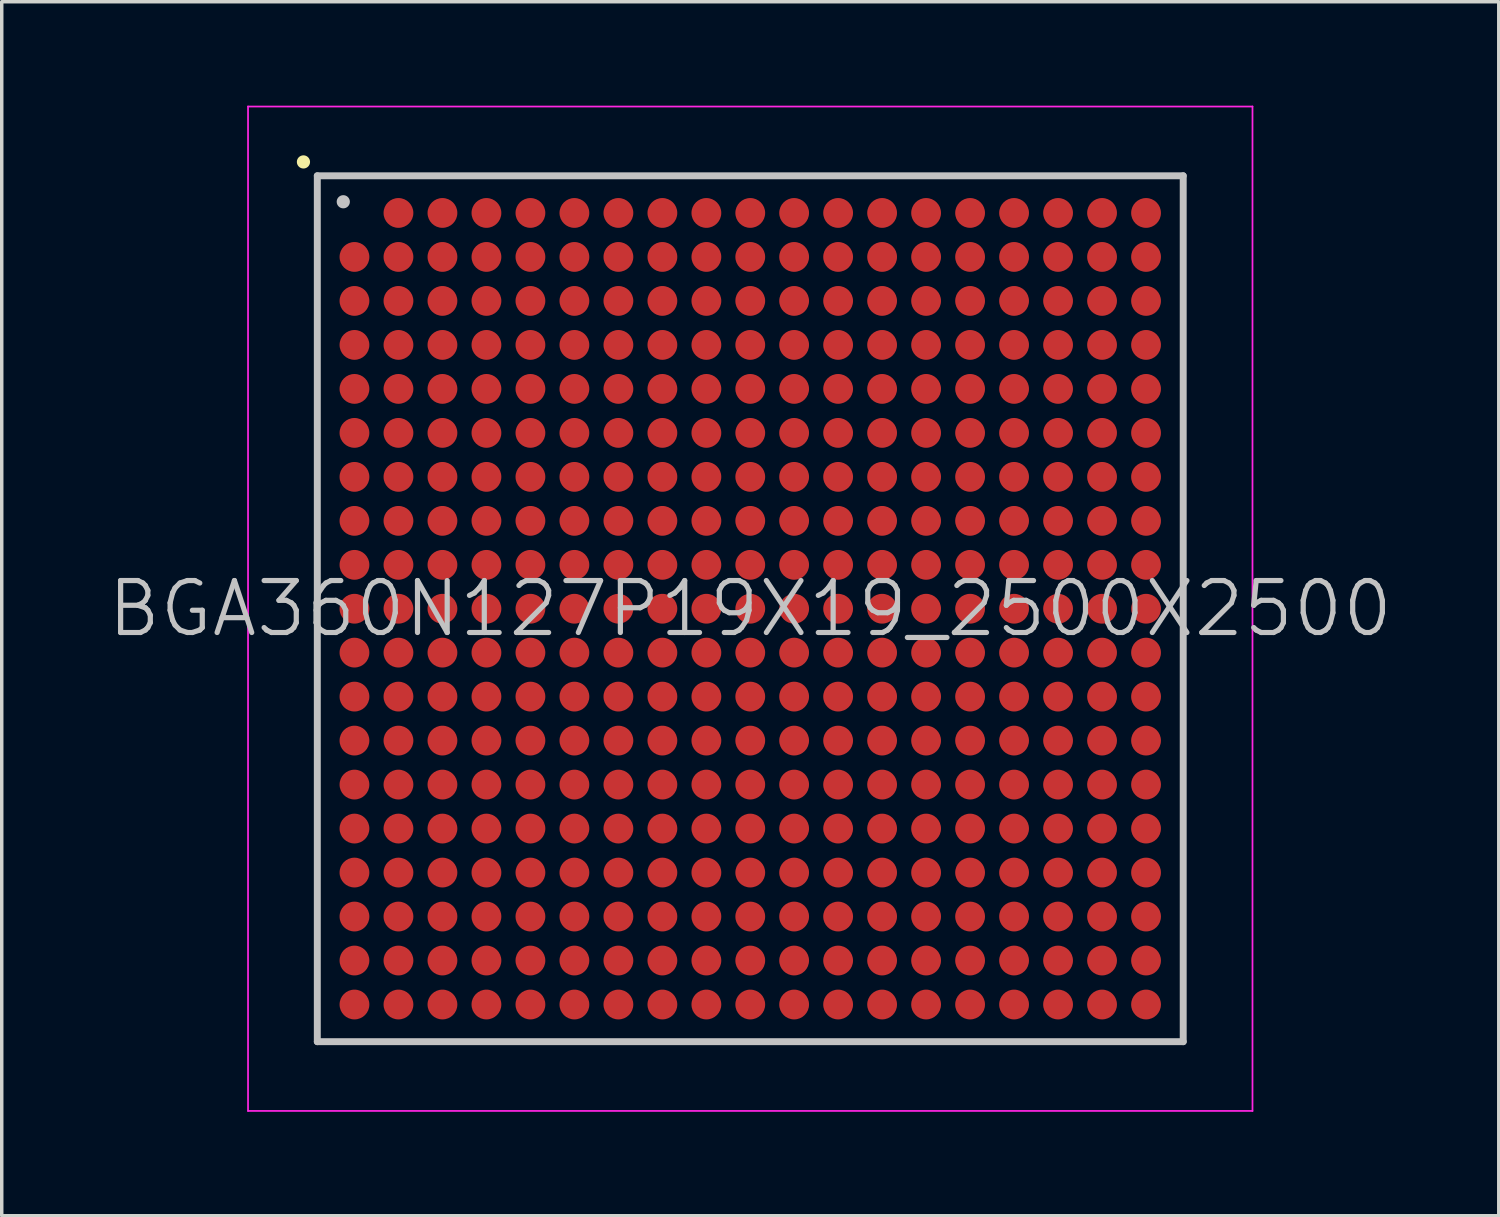
<source format=kicad_pcb>
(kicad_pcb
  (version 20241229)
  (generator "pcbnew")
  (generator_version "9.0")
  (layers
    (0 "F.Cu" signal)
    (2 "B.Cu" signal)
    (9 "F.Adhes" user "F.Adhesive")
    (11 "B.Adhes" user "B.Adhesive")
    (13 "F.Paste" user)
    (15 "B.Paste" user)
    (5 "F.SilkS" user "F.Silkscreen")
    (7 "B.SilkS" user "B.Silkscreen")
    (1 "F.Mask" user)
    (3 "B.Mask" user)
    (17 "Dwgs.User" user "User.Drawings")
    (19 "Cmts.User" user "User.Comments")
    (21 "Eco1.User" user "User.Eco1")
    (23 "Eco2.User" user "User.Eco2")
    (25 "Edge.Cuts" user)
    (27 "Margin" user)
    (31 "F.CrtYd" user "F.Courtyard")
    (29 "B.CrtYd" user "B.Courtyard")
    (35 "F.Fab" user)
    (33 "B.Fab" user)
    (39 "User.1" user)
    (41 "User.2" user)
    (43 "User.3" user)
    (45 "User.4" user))
  (footprint "BGA360N127P19X19_2500X2500"
    (layer "F.Cu")
    (at 18.611 14.525)
    (property "Reference" "BGA360N127P19X19_2500X2500" (at 0 0 0) (layer "Dwgs.User") (effects (font (size 1.5 1.5) (thickness 0.15))))
    (attr smd)
    (fp_line (start -12.9 -12.9) (end -12.9 -12.9) (stroke (width 0.381) (type solid)) (layer "F.SilkS"))
    (fp_line (start -12.5 -12.5) (end -12.5 12.5) (stroke (width 0.2) (type solid)) (layer "Dwgs.User"))
    (fp_line (start -12.5 -12.5) (end 12.5 -12.5) (stroke (width 0.2) (type solid)) (layer "Dwgs.User"))
    (fp_line (start -12.5 12.5) (end 12.5 12.5) (stroke (width 0.2) (type solid)) (layer "Dwgs.User"))
    (fp_line (start -11.75 -11.75) (end -11.75 -11.75) (stroke (width 0.381) (type solid)) (layer "Dwgs.User"))
    (fp_line (start 12.5 -12.5) (end 12.5 12.5) (stroke (width 0.2) (type solid)) (layer "Dwgs.User"))
    (fp_line (start -14.5 -14.5) (end -14.5 14.5) (stroke (width 0.05) (type solid)) (layer "F.CrtYd"))
    (fp_line (start -14.5 -14.5) (end 14.5 -14.5) (stroke (width 0.05) (type solid)) (layer "F.CrtYd"))
    (fp_line (start -14.5 14.5) (end 14.5 14.5) (stroke (width 0.05) (type solid)) (layer "F.CrtYd"))
    (fp_line (start 14.5 -14.5) (end 14.5 14.5) (stroke (width 0.05) (type solid)) (layer "F.CrtYd"))
    (pad "A2" smd circle (at -10.157 -11.427 270) (size 0.86 0.86) (layers "F.Cu" "F.Mask" "F.Paste"))
    (pad "A3" smd circle (at -8.887 -11.427 270) (size 0.86 0.86) (layers "F.Cu" "F.Mask" "F.Paste"))
    (pad "A4" smd circle (at -7.617 -11.427 270) (size 0.86 0.86) (layers "F.Cu" "F.Mask" "F.Paste"))
    (pad "A5" smd circle (at -6.347 -11.427 270) (size 0.86 0.86) (layers "F.Cu" "F.Mask" "F.Paste"))
    (pad "A6" smd circle (at -5.077 -11.427 270) (size 0.86 0.86) (layers "F.Cu" "F.Mask" "F.Paste"))
    (pad "A7" smd circle (at -3.807 -11.427 270) (size 0.86 0.86) (layers "F.Cu" "F.Mask" "F.Paste"))
    (pad "A8" smd circle (at -2.537 -11.427 270) (size 0.86 0.86) (layers "F.Cu" "F.Mask" "F.Paste"))
    (pad "A9" smd circle (at -1.267 -11.427 270) (size 0.86 0.86) (layers "F.Cu" "F.Mask" "F.Paste"))
    (pad "A10" smd circle (at 0 -11.427 270) (size 0.86 0.86) (layers "F.Cu" "F.Mask" "F.Paste"))
    (pad "A11" smd circle (at 1.267 -11.427 270) (size 0.86 0.86) (layers "F.Cu" "F.Mask" "F.Paste"))
    (pad "A12" smd circle (at 2.537 -11.427 270) (size 0.86 0.86) (layers "F.Cu" "F.Mask" "F.Paste"))
    (pad "A13" smd circle (at 3.807 -11.427 270) (size 0.86 0.86) (layers "F.Cu" "F.Mask" "F.Paste"))
    (pad "A14" smd circle (at 5.077 -11.427 270) (size 0.86 0.86) (layers "F.Cu" "F.Mask" "F.Paste"))
    (pad "A15" smd circle (at 6.347 -11.427 270) (size 0.86 0.86) (layers "F.Cu" "F.Mask" "F.Paste"))
    (pad "A16" smd circle (at 7.617 -11.427 270) (size 0.86 0.86) (layers "F.Cu" "F.Mask" "F.Paste"))
    (pad "A17" smd circle (at 8.887 -11.427 270) (size 0.86 0.86) (layers "F.Cu" "F.Mask" "F.Paste"))
    (pad "A18" smd circle (at 10.157 -11.427 270) (size 0.86 0.86) (layers "F.Cu" "F.Mask" "F.Paste"))
    (pad "A19" smd circle (at 11.427 -11.427 270) (size 0.86 0.86) (layers "F.Cu" "F.Mask" "F.Paste"))
    (pad "B1" smd circle (at -11.427 -10.157 270) (size 0.86 0.86) (layers "F.Cu" "F.Mask" "F.Paste"))
    (pad "B2" smd circle (at -10.157 -10.157 270) (size 0.86 0.86) (layers "F.Cu" "F.Mask" "F.Paste"))
    (pad "B3" smd circle (at -8.887 -10.157 270) (size 0.86 0.86) (layers "F.Cu" "F.Mask" "F.Paste"))
    (pad "B4" smd circle (at -7.617 -10.157 270) (size 0.86 0.86) (layers "F.Cu" "F.Mask" "F.Paste"))
    (pad "B5" smd circle (at -6.347 -10.157 270) (size 0.86 0.86) (layers "F.Cu" "F.Mask" "F.Paste"))
    (pad "B6" smd circle (at -5.077 -10.157 270) (size 0.86 0.86) (layers "F.Cu" "F.Mask" "F.Paste"))
    (pad "B7" smd circle (at -3.807 -10.157 270) (size 0.86 0.86) (layers "F.Cu" "F.Mask" "F.Paste"))
    (pad "B8" smd circle (at -2.537 -10.157 270) (size 0.86 0.86) (layers "F.Cu" "F.Mask" "F.Paste"))
    (pad "B9" smd circle (at -1.267 -10.157 270) (size 0.86 0.86) (layers "F.Cu" "F.Mask" "F.Paste"))
    (pad "B10" smd circle (at 0 -10.157 270) (size 0.86 0.86) (layers "F.Cu" "F.Mask" "F.Paste"))
    (pad "B11" smd circle (at 1.267 -10.157 270) (size 0.86 0.86) (layers "F.Cu" "F.Mask" "F.Paste"))
    (pad "B12" smd circle (at 2.537 -10.157 270) (size 0.86 0.86) (layers "F.Cu" "F.Mask" "F.Paste"))
    (pad "B13" smd circle (at 3.807 -10.157 270) (size 0.86 0.86) (layers "F.Cu" "F.Mask" "F.Paste"))
    (pad "B14" smd circle (at 5.077 -10.157 270) (size 0.86 0.86) (layers "F.Cu" "F.Mask" "F.Paste"))
    (pad "B15" smd circle (at 6.347 -10.157 270) (size 0.86 0.86) (layers "F.Cu" "F.Mask" "F.Paste"))
    (pad "B16" smd circle (at 7.617 -10.157 270) (size 0.86 0.86) (layers "F.Cu" "F.Mask" "F.Paste"))
    (pad "B17" smd circle (at 8.887 -10.157 270) (size 0.86 0.86) (layers "F.Cu" "F.Mask" "F.Paste"))
    (pad "B18" smd circle (at 10.157 -10.157 270) (size 0.86 0.86) (layers "F.Cu" "F.Mask" "F.Paste"))
    (pad "B19" smd circle (at 11.427 -10.157 270) (size 0.86 0.86) (layers "F.Cu" "F.Mask" "F.Paste"))
    (pad "C1" smd circle (at -11.427 -8.887 270) (size 0.86 0.86) (layers "F.Cu" "F.Mask" "F.Paste"))
    (pad "C2" smd circle (at -10.157 -8.887 270) (size 0.86 0.86) (layers "F.Cu" "F.Mask" "F.Paste"))
    (pad "C3" smd circle (at -8.887 -8.887 270) (size 0.86 0.86) (layers "F.Cu" "F.Mask" "F.Paste"))
    (pad "C4" smd circle (at -7.617 -8.887 270) (size 0.86 0.86) (layers "F.Cu" "F.Mask" "F.Paste"))
    (pad "C5" smd circle (at -6.347 -8.887 270) (size 0.86 0.86) (layers "F.Cu" "F.Mask" "F.Paste"))
    (pad "C6" smd circle (at -5.077 -8.887 270) (size 0.86 0.86) (layers "F.Cu" "F.Mask" "F.Paste"))
    (pad "C7" smd circle (at -3.807 -8.887 270) (size 0.86 0.86) (layers "F.Cu" "F.Mask" "F.Paste"))
    (pad "C8" smd circle (at -2.537 -8.887 270) (size 0.86 0.86) (layers "F.Cu" "F.Mask" "F.Paste"))
    (pad "C9" smd circle (at -1.267 -8.887 270) (size 0.86 0.86) (layers "F.Cu" "F.Mask" "F.Paste"))
    (pad "C10" smd circle (at 0 -8.887 270) (size 0.86 0.86) (layers "F.Cu" "F.Mask" "F.Paste"))
    (pad "C11" smd circle (at 1.267 -8.887 270) (size 0.86 0.86) (layers "F.Cu" "F.Mask" "F.Paste"))
    (pad "C12" smd circle (at 2.537 -8.887 270) (size 0.86 0.86) (layers "F.Cu" "F.Mask" "F.Paste"))
    (pad "C13" smd circle (at 3.807 -8.887 270) (size 0.86 0.86) (layers "F.Cu" "F.Mask" "F.Paste"))
    (pad "C14" smd circle (at 5.077 -8.887 270) (size 0.86 0.86) (layers "F.Cu" "F.Mask" "F.Paste"))
    (pad "C15" smd circle (at 6.347 -8.887 270) (size 0.86 0.86) (layers "F.Cu" "F.Mask" "F.Paste"))
    (pad "C16" smd circle (at 7.617 -8.887 270) (size 0.86 0.86) (layers "F.Cu" "F.Mask" "F.Paste"))
    (pad "C17" smd circle (at 8.887 -8.887 270) (size 0.86 0.86) (layers "F.Cu" "F.Mask" "F.Paste"))
    (pad "C18" smd circle (at 10.157 -8.887 270) (size 0.86 0.86) (layers "F.Cu" "F.Mask" "F.Paste"))
    (pad "C19" smd circle (at 11.427 -8.887 270) (size 0.86 0.86) (layers "F.Cu" "F.Mask" "F.Paste"))
    (pad "D1" smd circle (at -11.427 -7.617 270) (size 0.86 0.86) (layers "F.Cu" "F.Mask" "F.Paste"))
    (pad "D2" smd circle (at -10.157 -7.617 270) (size 0.86 0.86) (layers "F.Cu" "F.Mask" "F.Paste"))
    (pad "D3" smd circle (at -8.887 -7.617 270) (size 0.86 0.86) (layers "F.Cu" "F.Mask" "F.Paste"))
    (pad "D4" smd circle (at -7.617 -7.617 270) (size 0.86 0.86) (layers "F.Cu" "F.Mask" "F.Paste"))
    (pad "D5" smd circle (at -6.347 -7.617 270) (size 0.86 0.86) (layers "F.Cu" "F.Mask" "F.Paste"))
    (pad "D6" smd circle (at -5.077 -7.617 270) (size 0.86 0.86) (layers "F.Cu" "F.Mask" "F.Paste"))
    (pad "D7" smd circle (at -3.807 -7.617 270) (size 0.86 0.86) (layers "F.Cu" "F.Mask" "F.Paste"))
    (pad "D8" smd circle (at -2.537 -7.617 270) (size 0.86 0.86) (layers "F.Cu" "F.Mask" "F.Paste"))
    (pad "D9" smd circle (at -1.267 -7.617 270) (size 0.86 0.86) (layers "F.Cu" "F.Mask" "F.Paste"))
    (pad "D10" smd circle (at 0 -7.617 270) (size 0.86 0.86) (layers "F.Cu" "F.Mask" "F.Paste"))
    (pad "D11" smd circle (at 1.267 -7.617 270) (size 0.86 0.86) (layers "F.Cu" "F.Mask" "F.Paste"))
    (pad "D12" smd circle (at 2.537 -7.617 270) (size 0.86 0.86) (layers "F.Cu" "F.Mask" "F.Paste"))
    (pad "D13" smd circle (at 3.807 -7.617 270) (size 0.86 0.86) (layers "F.Cu" "F.Mask" "F.Paste"))
    (pad "D14" smd circle (at 5.077 -7.617 270) (size 0.86 0.86) (layers "F.Cu" "F.Mask" "F.Paste"))
    (pad "D15" smd circle (at 6.347 -7.617 270) (size 0.86 0.86) (layers "F.Cu" "F.Mask" "F.Paste"))
    (pad "D16" smd circle (at 7.617 -7.617 270) (size 0.86 0.86) (layers "F.Cu" "F.Mask" "F.Paste"))
    (pad "D17" smd circle (at 8.887 -7.617 270) (size 0.86 0.86) (layers "F.Cu" "F.Mask" "F.Paste"))
    (pad "D18" smd circle (at 10.157 -7.617 270) (size 0.86 0.86) (layers "F.Cu" "F.Mask" "F.Paste"))
    (pad "D19" smd circle (at 11.427 -7.617 270) (size 0.86 0.86) (layers "F.Cu" "F.Mask" "F.Paste"))
    (pad "E1" smd circle (at -11.427 -6.347 270) (size 0.86 0.86) (layers "F.Cu" "F.Mask" "F.Paste"))
    (pad "E2" smd circle (at -10.157 -6.347 270) (size 0.86 0.86) (layers "F.Cu" "F.Mask" "F.Paste"))
    (pad "E3" smd circle (at -8.887 -6.347 270) (size 0.86 0.86) (layers "F.Cu" "F.Mask" "F.Paste"))
    (pad "E4" smd circle (at -7.617 -6.347 270) (size 0.86 0.86) (layers "F.Cu" "F.Mask" "F.Paste"))
    (pad "E5" smd circle (at -6.347 -6.347 270) (size 0.86 0.86) (layers "F.Cu" "F.Mask" "F.Paste"))
    (pad "E6" smd circle (at -5.077 -6.347 270) (size 0.86 0.86) (layers "F.Cu" "F.Mask" "F.Paste"))
    (pad "E7" smd circle (at -3.807 -6.347 270) (size 0.86 0.86) (layers "F.Cu" "F.Mask" "F.Paste"))
    (pad "E8" smd circle (at -2.537 -6.347 270) (size 0.86 0.86) (layers "F.Cu" "F.Mask" "F.Paste"))
    (pad "E9" smd circle (at -1.267 -6.347 270) (size 0.86 0.86) (layers "F.Cu" "F.Mask" "F.Paste"))
    (pad "E10" smd circle (at 0 -6.347 270) (size 0.86 0.86) (layers "F.Cu" "F.Mask" "F.Paste"))
    (pad "E11" smd circle (at 1.267 -6.347 270) (size 0.86 0.86) (layers "F.Cu" "F.Mask" "F.Paste"))
    (pad "E12" smd circle (at 2.537 -6.347 270) (size 0.86 0.86) (layers "F.Cu" "F.Mask" "F.Paste"))
    (pad "E13" smd circle (at 3.807 -6.347 270) (size 0.86 0.86) (layers "F.Cu" "F.Mask" "F.Paste"))
    (pad "E14" smd circle (at 5.077 -6.347 270) (size 0.86 0.86) (layers "F.Cu" "F.Mask" "F.Paste"))
    (pad "E15" smd circle (at 6.347 -6.347 270) (size 0.86 0.86) (layers "F.Cu" "F.Mask" "F.Paste"))
    (pad "E16" smd circle (at 7.617 -6.347 270) (size 0.86 0.86) (layers "F.Cu" "F.Mask" "F.Paste"))
    (pad "E17" smd circle (at 8.887 -6.347 270) (size 0.86 0.86) (layers "F.Cu" "F.Mask" "F.Paste"))
    (pad "E18" smd circle (at 10.157 -6.347 270) (size 0.86 0.86) (layers "F.Cu" "F.Mask" "F.Paste"))
    (pad "E19" smd circle (at 11.427 -6.347 270) (size 0.86 0.86) (layers "F.Cu" "F.Mask" "F.Paste"))
    (pad "F1" smd circle (at -11.427 -5.077 270) (size 0.86 0.86) (layers "F.Cu" "F.Mask" "F.Paste"))
    (pad "F2" smd circle (at -10.157 -5.077 270) (size 0.86 0.86) (layers "F.Cu" "F.Mask" "F.Paste"))
    (pad "F3" smd circle (at -8.887 -5.077 270) (size 0.86 0.86) (layers "F.Cu" "F.Mask" "F.Paste"))
    (pad "F4" smd circle (at -7.617 -5.077 270) (size 0.86 0.86) (layers "F.Cu" "F.Mask" "F.Paste"))
    (pad "F5" smd circle (at -6.347 -5.077 270) (size 0.86 0.86) (layers "F.Cu" "F.Mask" "F.Paste"))
    (pad "F6" smd circle (at -5.077 -5.077 270) (size 0.86 0.86) (layers "F.Cu" "F.Mask" "F.Paste"))
    (pad "F7" smd circle (at -3.807 -5.077 270) (size 0.86 0.86) (layers "F.Cu" "F.Mask" "F.Paste"))
    (pad "F8" smd circle (at -2.537 -5.077 270) (size 0.86 0.86) (layers "F.Cu" "F.Mask" "F.Paste"))
    (pad "F9" smd circle (at -1.267 -5.077 270) (size 0.86 0.86) (layers "F.Cu" "F.Mask" "F.Paste"))
    (pad "F10" smd circle (at 0 -5.077 270) (size 0.86 0.86) (layers "F.Cu" "F.Mask" "F.Paste"))
    (pad "F11" smd circle (at 1.267 -5.077 270) (size 0.86 0.86) (layers "F.Cu" "F.Mask" "F.Paste"))
    (pad "F12" smd circle (at 2.537 -5.077 270) (size 0.86 0.86) (layers "F.Cu" "F.Mask" "F.Paste"))
    (pad "F13" smd circle (at 3.807 -5.077 270) (size 0.86 0.86) (layers "F.Cu" "F.Mask" "F.Paste"))
    (pad "F14" smd circle (at 5.077 -5.077 270) (size 0.86 0.86) (layers "F.Cu" "F.Mask" "F.Paste"))
    (pad "F15" smd circle (at 6.347 -5.077 270) (size 0.86 0.86) (layers "F.Cu" "F.Mask" "F.Paste"))
    (pad "F16" smd circle (at 7.617 -5.077 270) (size 0.86 0.86) (layers "F.Cu" "F.Mask" "F.Paste"))
    (pad "F17" smd circle (at 8.887 -5.077 270) (size 0.86 0.86) (layers "F.Cu" "F.Mask" "F.Paste"))
    (pad "F18" smd circle (at 10.157 -5.077 270) (size 0.86 0.86) (layers "F.Cu" "F.Mask" "F.Paste"))
    (pad "F19" smd circle (at 11.427 -5.077 270) (size 0.86 0.86) (layers "F.Cu" "F.Mask" "F.Paste"))
    (pad "G1" smd circle (at -11.427 -3.807 270) (size 0.86 0.86) (layers "F.Cu" "F.Mask" "F.Paste"))
    (pad "G2" smd circle (at -10.157 -3.807 270) (size 0.86 0.86) (layers "F.Cu" "F.Mask" "F.Paste"))
    (pad "G3" smd circle (at -8.887 -3.807 270) (size 0.86 0.86) (layers "F.Cu" "F.Mask" "F.Paste"))
    (pad "G4" smd circle (at -7.617 -3.807 270) (size 0.86 0.86) (layers "F.Cu" "F.Mask" "F.Paste"))
    (pad "G5" smd circle (at -6.347 -3.807 270) (size 0.86 0.86) (layers "F.Cu" "F.Mask" "F.Paste"))
    (pad "G6" smd circle (at -5.077 -3.807 270) (size 0.86 0.86) (layers "F.Cu" "F.Mask" "F.Paste"))
    (pad "G7" smd circle (at -3.807 -3.807 270) (size 0.86 0.86) (layers "F.Cu" "F.Mask" "F.Paste"))
    (pad "G8" smd circle (at -2.537 -3.807 270) (size 0.86 0.86) (layers "F.Cu" "F.Mask" "F.Paste"))
    (pad "G9" smd circle (at -1.267 -3.807 270) (size 0.86 0.86) (layers "F.Cu" "F.Mask" "F.Paste"))
    (pad "G10" smd circle (at 0 -3.807 270) (size 0.86 0.86) (layers "F.Cu" "F.Mask" "F.Paste"))
    (pad "G11" smd circle (at 1.267 -3.807 270) (size 0.86 0.86) (layers "F.Cu" "F.Mask" "F.Paste"))
    (pad "G12" smd circle (at 2.537 -3.807 270) (size 0.86 0.86) (layers "F.Cu" "F.Mask" "F.Paste"))
    (pad "G13" smd circle (at 3.807 -3.807 270) (size 0.86 0.86) (layers "F.Cu" "F.Mask" "F.Paste"))
    (pad "G14" smd circle (at 5.077 -3.807 270) (size 0.86 0.86) (layers "F.Cu" "F.Mask" "F.Paste"))
    (pad "G15" smd circle (at 6.347 -3.807 270) (size 0.86 0.86) (layers "F.Cu" "F.Mask" "F.Paste"))
    (pad "G16" smd circle (at 7.617 -3.807 270) (size 0.86 0.86) (layers "F.Cu" "F.Mask" "F.Paste"))
    (pad "G17" smd circle (at 8.887 -3.807 270) (size 0.86 0.86) (layers "F.Cu" "F.Mask" "F.Paste"))
    (pad "G18" smd circle (at 10.157 -3.807 270) (size 0.86 0.86) (layers "F.Cu" "F.Mask" "F.Paste"))
    (pad "G19" smd circle (at 11.427 -3.807 270) (size 0.86 0.86) (layers "F.Cu" "F.Mask" "F.Paste"))
    (pad "H1" smd circle (at -11.427 -2.537 270) (size 0.86 0.86) (layers "F.Cu" "F.Mask" "F.Paste"))
    (pad "H2" smd circle (at -10.157 -2.537 270) (size 0.86 0.86) (layers "F.Cu" "F.Mask" "F.Paste"))
    (pad "H3" smd circle (at -8.887 -2.537 270) (size 0.86 0.86) (layers "F.Cu" "F.Mask" "F.Paste"))
    (pad "H4" smd circle (at -7.617 -2.537 270) (size 0.86 0.86) (layers "F.Cu" "F.Mask" "F.Paste"))
    (pad "H5" smd circle (at -6.347 -2.537 270) (size 0.86 0.86) (layers "F.Cu" "F.Mask" "F.Paste"))
    (pad "H6" smd circle (at -5.077 -2.537 270) (size 0.86 0.86) (layers "F.Cu" "F.Mask" "F.Paste"))
    (pad "H7" smd circle (at -3.807 -2.537 270) (size 0.86 0.86) (layers "F.Cu" "F.Mask" "F.Paste"))
    (pad "H8" smd circle (at -2.537 -2.537 270) (size 0.86 0.86) (layers "F.Cu" "F.Mask" "F.Paste"))
    (pad "H9" smd circle (at -1.267 -2.537 270) (size 0.86 0.86) (layers "F.Cu" "F.Mask" "F.Paste"))
    (pad "H10" smd circle (at 0 -2.537 270) (size 0.86 0.86) (layers "F.Cu" "F.Mask" "F.Paste"))
    (pad "H11" smd circle (at 1.267 -2.537 270) (size 0.86 0.86) (layers "F.Cu" "F.Mask" "F.Paste"))
    (pad "H12" smd circle (at 2.537 -2.537 270) (size 0.86 0.86) (layers "F.Cu" "F.Mask" "F.Paste"))
    (pad "H13" smd circle (at 3.807 -2.537 270) (size 0.86 0.86) (layers "F.Cu" "F.Mask" "F.Paste"))
    (pad "H14" smd circle (at 5.077 -2.537 270) (size 0.86 0.86) (layers "F.Cu" "F.Mask" "F.Paste"))
    (pad "H15" smd circle (at 6.347 -2.537 270) (size 0.86 0.86) (layers "F.Cu" "F.Mask" "F.Paste"))
    (pad "H16" smd circle (at 7.617 -2.537 270) (size 0.86 0.86) (layers "F.Cu" "F.Mask" "F.Paste"))
    (pad "H17" smd circle (at 8.887 -2.537 270) (size 0.86 0.86) (layers "F.Cu" "F.Mask" "F.Paste"))
    (pad "H18" smd circle (at 10.157 -2.537 270) (size 0.86 0.86) (layers "F.Cu" "F.Mask" "F.Paste"))
    (pad "H19" smd circle (at 11.427 -2.537 270) (size 0.86 0.86) (layers "F.Cu" "F.Mask" "F.Paste"))
    (pad "J1" smd circle (at -11.427 -1.267 270) (size 0.86 0.86) (layers "F.Cu" "F.Mask" "F.Paste"))
    (pad "J2" smd circle (at -10.157 -1.267 270) (size 0.86 0.86) (layers "F.Cu" "F.Mask" "F.Paste"))
    (pad "J3" smd circle (at -8.887 -1.267 270) (size 0.86 0.86) (layers "F.Cu" "F.Mask" "F.Paste"))
    (pad "J4" smd circle (at -7.617 -1.267 270) (size 0.86 0.86) (layers "F.Cu" "F.Mask" "F.Paste"))
    (pad "J5" smd circle (at -6.347 -1.267 270) (size 0.86 0.86) (layers "F.Cu" "F.Mask" "F.Paste"))
    (pad "J6" smd circle (at -5.077 -1.267 270) (size 0.86 0.86) (layers "F.Cu" "F.Mask" "F.Paste"))
    (pad "J7" smd circle (at -3.807 -1.267 270) (size 0.86 0.86) (layers "F.Cu" "F.Mask" "F.Paste"))
    (pad "J8" smd circle (at -2.537 -1.267 270) (size 0.86 0.86) (layers "F.Cu" "F.Mask" "F.Paste"))
    (pad "J9" smd circle (at -1.267 -1.267 270) (size 0.86 0.86) (layers "F.Cu" "F.Mask" "F.Paste"))
    (pad "J10" smd circle (at 0 -1.267 270) (size 0.86 0.86) (layers "F.Cu" "F.Mask" "F.Paste"))
    (pad "J11" smd circle (at 1.267 -1.267 270) (size 0.86 0.86) (layers "F.Cu" "F.Mask" "F.Paste"))
    (pad "J12" smd circle (at 2.537 -1.267 270) (size 0.86 0.86) (layers "F.Cu" "F.Mask" "F.Paste"))
    (pad "J13" smd circle (at 3.807 -1.267 270) (size 0.86 0.86) (layers "F.Cu" "F.Mask" "F.Paste"))
    (pad "J14" smd circle (at 5.077 -1.267 270) (size 0.86 0.86) (layers "F.Cu" "F.Mask" "F.Paste"))
    (pad "J15" smd circle (at 6.347 -1.267 270) (size 0.86 0.86) (layers "F.Cu" "F.Mask" "F.Paste"))
    (pad "J16" smd circle (at 7.617 -1.267 270) (size 0.86 0.86) (layers "F.Cu" "F.Mask" "F.Paste"))
    (pad "J17" smd circle (at 8.887 -1.267 270) (size 0.86 0.86) (layers "F.Cu" "F.Mask" "F.Paste"))
    (pad "J18" smd circle (at 10.157 -1.267 270) (size 0.86 0.86) (layers "F.Cu" "F.Mask" "F.Paste"))
    (pad "J19" smd circle (at 11.427 -1.267 270) (size 0.86 0.86) (layers "F.Cu" "F.Mask" "F.Paste"))
    (pad "K1" smd circle (at -11.427 0 270) (size 0.86 0.86) (layers "F.Cu" "F.Mask" "F.Paste"))
    (pad "K2" smd circle (at -10.157 0 270) (size 0.86 0.86) (layers "F.Cu" "F.Mask" "F.Paste"))
    (pad "K3" smd circle (at -8.887 0 270) (size 0.86 0.86) (layers "F.Cu" "F.Mask" "F.Paste"))
    (pad "K4" smd circle (at -7.617 0 270) (size 0.86 0.86) (layers "F.Cu" "F.Mask" "F.Paste"))
    (pad "K5" smd circle (at -6.347 0 270) (size 0.86 0.86) (layers "F.Cu" "F.Mask" "F.Paste"))
    (pad "K6" smd circle (at -5.077 0 270) (size 0.86 0.86) (layers "F.Cu" "F.Mask" "F.Paste"))
    (pad "K7" smd circle (at -3.807 0 270) (size 0.86 0.86) (layers "F.Cu" "F.Mask" "F.Paste"))
    (pad "K8" smd circle (at -2.537 0 270) (size 0.86 0.86) (layers "F.Cu" "F.Mask" "F.Paste"))
    (pad "K9" smd circle (at -1.267 0 270) (size 0.86 0.86) (layers "F.Cu" "F.Mask" "F.Paste"))
    (pad "K10" smd circle (at 0 0 270) (size 0.86 0.86) (layers "F.Cu" "F.Mask" "F.Paste"))
    (pad "K11" smd circle (at 1.267 0 270) (size 0.86 0.86) (layers "F.Cu" "F.Mask" "F.Paste"))
    (pad "K12" smd circle (at 2.537 0 270) (size 0.86 0.86) (layers "F.Cu" "F.Mask" "F.Paste"))
    (pad "K13" smd circle (at 3.807 0 270) (size 0.86 0.86) (layers "F.Cu" "F.Mask" "F.Paste"))
    (pad "K14" smd circle (at 5.077 0 270) (size 0.86 0.86) (layers "F.Cu" "F.Mask" "F.Paste"))
    (pad "K15" smd circle (at 6.347 0 270) (size 0.86 0.86) (layers "F.Cu" "F.Mask" "F.Paste"))
    (pad "K16" smd circle (at 7.617 0 270) (size 0.86 0.86) (layers "F.Cu" "F.Mask" "F.Paste"))
    (pad "K17" smd circle (at 8.887 0 270) (size 0.86 0.86) (layers "F.Cu" "F.Mask" "F.Paste"))
    (pad "K18" smd circle (at 10.157 0 270) (size 0.86 0.86) (layers "F.Cu" "F.Mask" "F.Paste"))
    (pad "K19" smd circle (at 11.427 0 270) (size 0.86 0.86) (layers "F.Cu" "F.Mask" "F.Paste"))
    (pad "L1" smd circle (at -11.427 1.267 270) (size 0.86 0.86) (layers "F.Cu" "F.Mask" "F.Paste"))
    (pad "L2" smd circle (at -10.157 1.267 270) (size 0.86 0.86) (layers "F.Cu" "F.Mask" "F.Paste"))
    (pad "L3" smd circle (at -8.887 1.267 270) (size 0.86 0.86) (layers "F.Cu" "F.Mask" "F.Paste"))
    (pad "L4" smd circle (at -7.617 1.267 270) (size 0.86 0.86) (layers "F.Cu" "F.Mask" "F.Paste"))
    (pad "L5" smd circle (at -6.347 1.267 270) (size 0.86 0.86) (layers "F.Cu" "F.Mask" "F.Paste"))
    (pad "L6" smd circle (at -5.077 1.267 270) (size 0.86 0.86) (layers "F.Cu" "F.Mask" "F.Paste"))
    (pad "L7" smd circle (at -3.807 1.267 270) (size 0.86 0.86) (layers "F.Cu" "F.Mask" "F.Paste"))
    (pad "L8" smd circle (at -2.537 1.267 270) (size 0.86 0.86) (layers "F.Cu" "F.Mask" "F.Paste"))
    (pad "L9" smd circle (at -1.267 1.267 270) (size 0.86 0.86) (layers "F.Cu" "F.Mask" "F.Paste"))
    (pad "L10" smd circle (at 0 1.267 270) (size 0.86 0.86) (layers "F.Cu" "F.Mask" "F.Paste"))
    (pad "L11" smd circle (at 1.267 1.267 270) (size 0.86 0.86) (layers "F.Cu" "F.Mask" "F.Paste"))
    (pad "L12" smd circle (at 2.537 1.267 270) (size 0.86 0.86) (layers "F.Cu" "F.Mask" "F.Paste"))
    (pad "L13" smd circle (at 3.807 1.267 270) (size 0.86 0.86) (layers "F.Cu" "F.Mask" "F.Paste"))
    (pad "L14" smd circle (at 5.077 1.267 270) (size 0.86 0.86) (layers "F.Cu" "F.Mask" "F.Paste"))
    (pad "L15" smd circle (at 6.347 1.267 270) (size 0.86 0.86) (layers "F.Cu" "F.Mask" "F.Paste"))
    (pad "L16" smd circle (at 7.617 1.267 270) (size 0.86 0.86) (layers "F.Cu" "F.Mask" "F.Paste"))
    (pad "L17" smd circle (at 8.887 1.267 270) (size 0.86 0.86) (layers "F.Cu" "F.Mask" "F.Paste"))
    (pad "L18" smd circle (at 10.157 1.267 270) (size 0.86 0.86) (layers "F.Cu" "F.Mask" "F.Paste"))
    (pad "L19" smd circle (at 11.427 1.267 270) (size 0.86 0.86) (layers "F.Cu" "F.Mask" "F.Paste"))
    (pad "M1" smd circle (at -11.427 2.537 270) (size 0.86 0.86) (layers "F.Cu" "F.Mask" "F.Paste"))
    (pad "M2" smd circle (at -10.157 2.537 270) (size 0.86 0.86) (layers "F.Cu" "F.Mask" "F.Paste"))
    (pad "M3" smd circle (at -8.887 2.537 270) (size 0.86 0.86) (layers "F.Cu" "F.Mask" "F.Paste"))
    (pad "M4" smd circle (at -7.617 2.537 270) (size 0.86 0.86) (layers "F.Cu" "F.Mask" "F.Paste"))
    (pad "M5" smd circle (at -6.347 2.537 270) (size 0.86 0.86) (layers "F.Cu" "F.Mask" "F.Paste"))
    (pad "M6" smd circle (at -5.077 2.537 270) (size 0.86 0.86) (layers "F.Cu" "F.Mask" "F.Paste"))
    (pad "M7" smd circle (at -3.807 2.537 270) (size 0.86 0.86) (layers "F.Cu" "F.Mask" "F.Paste"))
    (pad "M8" smd circle (at -2.537 2.537 270) (size 0.86 0.86) (layers "F.Cu" "F.Mask" "F.Paste"))
    (pad "M9" smd circle (at -1.267 2.537 270) (size 0.86 0.86) (layers "F.Cu" "F.Mask" "F.Paste"))
    (pad "M10" smd circle (at 0 2.537 270) (size 0.86 0.86) (layers "F.Cu" "F.Mask" "F.Paste"))
    (pad "M11" smd circle (at 1.267 2.537 270) (size 0.86 0.86) (layers "F.Cu" "F.Mask" "F.Paste"))
    (pad "M12" smd circle (at 2.537 2.537 270) (size 0.86 0.86) (layers "F.Cu" "F.Mask" "F.Paste"))
    (pad "M13" smd circle (at 3.807 2.537 270) (size 0.86 0.86) (layers "F.Cu" "F.Mask" "F.Paste"))
    (pad "M14" smd circle (at 5.077 2.537 270) (size 0.86 0.86) (layers "F.Cu" "F.Mask" "F.Paste"))
    (pad "M15" smd circle (at 6.347 2.537 270) (size 0.86 0.86) (layers "F.Cu" "F.Mask" "F.Paste"))
    (pad "M16" smd circle (at 7.617 2.537 270) (size 0.86 0.86) (layers "F.Cu" "F.Mask" "F.Paste"))
    (pad "M17" smd circle (at 8.887 2.537 270) (size 0.86 0.86) (layers "F.Cu" "F.Mask" "F.Paste"))
    (pad "M18" smd circle (at 10.157 2.537 270) (size 0.86 0.86) (layers "F.Cu" "F.Mask" "F.Paste"))
    (pad "M19" smd circle (at 11.427 2.537 270) (size 0.86 0.86) (layers "F.Cu" "F.Mask" "F.Paste"))
    (pad "N1" smd circle (at -11.427 3.807 270) (size 0.86 0.86) (layers "F.Cu" "F.Mask" "F.Paste"))
    (pad "N2" smd circle (at -10.157 3.807 270) (size 0.86 0.86) (layers "F.Cu" "F.Mask" "F.Paste"))
    (pad "N3" smd circle (at -8.887 3.807 270) (size 0.86 0.86) (layers "F.Cu" "F.Mask" "F.Paste"))
    (pad "N4" smd circle (at -7.617 3.807 270) (size 0.86 0.86) (layers "F.Cu" "F.Mask" "F.Paste"))
    (pad "N5" smd circle (at -6.347 3.807 270) (size 0.86 0.86) (layers "F.Cu" "F.Mask" "F.Paste"))
    (pad "N6" smd circle (at -5.077 3.807 270) (size 0.86 0.86) (layers "F.Cu" "F.Mask" "F.Paste"))
    (pad "N7" smd circle (at -3.807 3.807 270) (size 0.86 0.86) (layers "F.Cu" "F.Mask" "F.Paste"))
    (pad "N8" smd circle (at -2.537 3.807 270) (size 0.86 0.86) (layers "F.Cu" "F.Mask" "F.Paste"))
    (pad "N9" smd circle (at -1.267 3.807 270) (size 0.86 0.86) (layers "F.Cu" "F.Mask" "F.Paste"))
    (pad "N10" smd circle (at 0 3.807 270) (size 0.86 0.86) (layers "F.Cu" "F.Mask" "F.Paste"))
    (pad "N11" smd circle (at 1.267 3.807 270) (size 0.86 0.86) (layers "F.Cu" "F.Mask" "F.Paste"))
    (pad "N12" smd circle (at 2.537 3.807 270) (size 0.86 0.86) (layers "F.Cu" "F.Mask" "F.Paste"))
    (pad "N13" smd circle (at 3.807 3.807 270) (size 0.86 0.86) (layers "F.Cu" "F.Mask" "F.Paste"))
    (pad "N14" smd circle (at 5.077 3.807 270) (size 0.86 0.86) (layers "F.Cu" "F.Mask" "F.Paste"))
    (pad "N15" smd circle (at 6.347 3.807 270) (size 0.86 0.86) (layers "F.Cu" "F.Mask" "F.Paste"))
    (pad "N16" smd circle (at 7.617 3.807 270) (size 0.86 0.86) (layers "F.Cu" "F.Mask" "F.Paste"))
    (pad "N17" smd circle (at 8.887 3.807 270) (size 0.86 0.86) (layers "F.Cu" "F.Mask" "F.Paste"))
    (pad "N18" smd circle (at 10.157 3.807 270) (size 0.86 0.86) (layers "F.Cu" "F.Mask" "F.Paste"))
    (pad "N19" smd circle (at 11.427 3.807 270) (size 0.86 0.86) (layers "F.Cu" "F.Mask" "F.Paste"))
    (pad "P1" smd circle (at -11.427 5.077 270) (size 0.86 0.86) (layers "F.Cu" "F.Mask" "F.Paste"))
    (pad "P2" smd circle (at -10.157 5.077 270) (size 0.86 0.86) (layers "F.Cu" "F.Mask" "F.Paste"))
    (pad "P3" smd circle (at -8.887 5.077 270) (size 0.86 0.86) (layers "F.Cu" "F.Mask" "F.Paste"))
    (pad "P4" smd circle (at -7.617 5.077 270) (size 0.86 0.86) (layers "F.Cu" "F.Mask" "F.Paste"))
    (pad "P5" smd circle (at -6.347 5.077 270) (size 0.86 0.86) (layers "F.Cu" "F.Mask" "F.Paste"))
    (pad "P6" smd circle (at -5.077 5.077 270) (size 0.86 0.86) (layers "F.Cu" "F.Mask" "F.Paste"))
    (pad "P7" smd circle (at -3.807 5.077 270) (size 0.86 0.86) (layers "F.Cu" "F.Mask" "F.Paste"))
    (pad "P8" smd circle (at -2.537 5.077 270) (size 0.86 0.86) (layers "F.Cu" "F.Mask" "F.Paste"))
    (pad "P9" smd circle (at -1.267 5.077 270) (size 0.86 0.86) (layers "F.Cu" "F.Mask" "F.Paste"))
    (pad "P10" smd circle (at 0 5.077 270) (size 0.86 0.86) (layers "F.Cu" "F.Mask" "F.Paste"))
    (pad "P11" smd circle (at 1.267 5.077 270) (size 0.86 0.86) (layers "F.Cu" "F.Mask" "F.Paste"))
    (pad "P12" smd circle (at 2.537 5.077 270) (size 0.86 0.86) (layers "F.Cu" "F.Mask" "F.Paste"))
    (pad "P13" smd circle (at 3.807 5.077 270) (size 0.86 0.86) (layers "F.Cu" "F.Mask" "F.Paste"))
    (pad "P14" smd circle (at 5.077 5.077 270) (size 0.86 0.86) (layers "F.Cu" "F.Mask" "F.Paste"))
    (pad "P15" smd circle (at 6.347 5.077 270) (size 0.86 0.86) (layers "F.Cu" "F.Mask" "F.Paste"))
    (pad "P16" smd circle (at 7.617 5.077 270) (size 0.86 0.86) (layers "F.Cu" "F.Mask" "F.Paste"))
    (pad "P17" smd circle (at 8.887 5.077 270) (size 0.86 0.86) (layers "F.Cu" "F.Mask" "F.Paste"))
    (pad "P18" smd circle (at 10.157 5.077 270) (size 0.86 0.86) (layers "F.Cu" "F.Mask" "F.Paste"))
    (pad "P19" smd circle (at 11.427 5.077 270) (size 0.86 0.86) (layers "F.Cu" "F.Mask" "F.Paste"))
    (pad "R1" smd circle (at -11.427 6.347 270) (size 0.86 0.86) (layers "F.Cu" "F.Mask" "F.Paste"))
    (pad "R2" smd circle (at -10.157 6.347 270) (size 0.86 0.86) (layers "F.Cu" "F.Mask" "F.Paste"))
    (pad "R3" smd circle (at -8.887 6.347 270) (size 0.86 0.86) (layers "F.Cu" "F.Mask" "F.Paste"))
    (pad "R4" smd circle (at -7.617 6.347 270) (size 0.86 0.86) (layers "F.Cu" "F.Mask" "F.Paste"))
    (pad "R5" smd circle (at -6.347 6.347 270) (size 0.86 0.86) (layers "F.Cu" "F.Mask" "F.Paste"))
    (pad "R6" smd circle (at -5.077 6.347 270) (size 0.86 0.86) (layers "F.Cu" "F.Mask" "F.Paste"))
    (pad "R7" smd circle (at -3.807 6.347 270) (size 0.86 0.86) (layers "F.Cu" "F.Mask" "F.Paste"))
    (pad "R8" smd circle (at -2.537 6.347 270) (size 0.86 0.86) (layers "F.Cu" "F.Mask" "F.Paste"))
    (pad "R9" smd circle (at -1.267 6.347 270) (size 0.86 0.86) (layers "F.Cu" "F.Mask" "F.Paste"))
    (pad "R10" smd circle (at 0 6.347 270) (size 0.86 0.86) (layers "F.Cu" "F.Mask" "F.Paste"))
    (pad "R11" smd circle (at 1.267 6.347 270) (size 0.86 0.86) (layers "F.Cu" "F.Mask" "F.Paste"))
    (pad "R12" smd circle (at 2.537 6.347 270) (size 0.86 0.86) (layers "F.Cu" "F.Mask" "F.Paste"))
    (pad "R13" smd circle (at 3.807 6.347 270) (size 0.86 0.86) (layers "F.Cu" "F.Mask" "F.Paste"))
    (pad "R14" smd circle (at 5.077 6.347 270) (size 0.86 0.86) (layers "F.Cu" "F.Mask" "F.Paste"))
    (pad "R15" smd circle (at 6.347 6.347 270) (size 0.86 0.86) (layers "F.Cu" "F.Mask" "F.Paste"))
    (pad "R16" smd circle (at 7.617 6.347 270) (size 0.86 0.86) (layers "F.Cu" "F.Mask" "F.Paste"))
    (pad "R17" smd circle (at 8.887 6.347 270) (size 0.86 0.86) (layers "F.Cu" "F.Mask" "F.Paste"))
    (pad "R18" smd circle (at 10.157 6.347 270) (size 0.86 0.86) (layers "F.Cu" "F.Mask" "F.Paste"))
    (pad "R19" smd circle (at 11.427 6.347 270) (size 0.86 0.86) (layers "F.Cu" "F.Mask" "F.Paste"))
    (pad "T1" smd circle (at -11.427 7.617 270) (size 0.86 0.86) (layers "F.Cu" "F.Mask" "F.Paste"))
    (pad "T2" smd circle (at -10.157 7.617 270) (size 0.86 0.86) (layers "F.Cu" "F.Mask" "F.Paste"))
    (pad "T3" smd circle (at -8.887 7.617 270) (size 0.86 0.86) (layers "F.Cu" "F.Mask" "F.Paste"))
    (pad "T4" smd circle (at -7.617 7.617 270) (size 0.86 0.86) (layers "F.Cu" "F.Mask" "F.Paste"))
    (pad "T5" smd circle (at -6.347 7.617 270) (size 0.86 0.86) (layers "F.Cu" "F.Mask" "F.Paste"))
    (pad "T6" smd circle (at -5.077 7.617 270) (size 0.86 0.86) (layers "F.Cu" "F.Mask" "F.Paste"))
    (pad "T7" smd circle (at -3.807 7.617 270) (size 0.86 0.86) (layers "F.Cu" "F.Mask" "F.Paste"))
    (pad "T8" smd circle (at -2.537 7.617 270) (size 0.86 0.86) (layers "F.Cu" "F.Mask" "F.Paste"))
    (pad "T9" smd circle (at -1.267 7.617 270) (size 0.86 0.86) (layers "F.Cu" "F.Mask" "F.Paste"))
    (pad "T10" smd circle (at 0 7.617 270) (size 0.86 0.86) (layers "F.Cu" "F.Mask" "F.Paste"))
    (pad "T11" smd circle (at 1.267 7.617 270) (size 0.86 0.86) (layers "F.Cu" "F.Mask" "F.Paste"))
    (pad "T12" smd circle (at 2.537 7.617 270) (size 0.86 0.86) (layers "F.Cu" "F.Mask" "F.Paste"))
    (pad "T13" smd circle (at 3.807 7.617 270) (size 0.86 0.86) (layers "F.Cu" "F.Mask" "F.Paste"))
    (pad "T14" smd circle (at 5.077 7.617 270) (size 0.86 0.86) (layers "F.Cu" "F.Mask" "F.Paste"))
    (pad "T15" smd circle (at 6.347 7.617 270) (size 0.86 0.86) (layers "F.Cu" "F.Mask" "F.Paste"))
    (pad "T16" smd circle (at 7.617 7.617 270) (size 0.86 0.86) (layers "F.Cu" "F.Mask" "F.Paste"))
    (pad "T17" smd circle (at 8.887 7.617 270) (size 0.86 0.86) (layers "F.Cu" "F.Mask" "F.Paste"))
    (pad "T18" smd circle (at 10.157 7.617 270) (size 0.86 0.86) (layers "F.Cu" "F.Mask" "F.Paste"))
    (pad "T19" smd circle (at 11.427 7.617 270) (size 0.86 0.86) (layers "F.Cu" "F.Mask" "F.Paste"))
    (pad "U1" smd circle (at -11.427 8.887 270) (size 0.86 0.86) (layers "F.Cu" "F.Mask" "F.Paste"))
    (pad "U2" smd circle (at -10.157 8.887 270) (size 0.86 0.86) (layers "F.Cu" "F.Mask" "F.Paste"))
    (pad "U3" smd circle (at -8.887 8.887 270) (size 0.86 0.86) (layers "F.Cu" "F.Mask" "F.Paste"))
    (pad "U4" smd circle (at -7.617 8.887 270) (size 0.86 0.86) (layers "F.Cu" "F.Mask" "F.Paste"))
    (pad "U5" smd circle (at -6.347 8.887 270) (size 0.86 0.86) (layers "F.Cu" "F.Mask" "F.Paste"))
    (pad "U6" smd circle (at -5.077 8.887 270) (size 0.86 0.86) (layers "F.Cu" "F.Mask" "F.Paste"))
    (pad "U7" smd circle (at -3.807 8.887 270) (size 0.86 0.86) (layers "F.Cu" "F.Mask" "F.Paste"))
    (pad "U8" smd circle (at -2.537 8.887 270) (size 0.86 0.86) (layers "F.Cu" "F.Mask" "F.Paste"))
    (pad "U9" smd circle (at -1.267 8.887 270) (size 0.86 0.86) (layers "F.Cu" "F.Mask" "F.Paste"))
    (pad "U10" smd circle (at 0 8.887 270) (size 0.86 0.86) (layers "F.Cu" "F.Mask" "F.Paste"))
    (pad "U11" smd circle (at 1.267 8.887 270) (size 0.86 0.86) (layers "F.Cu" "F.Mask" "F.Paste"))
    (pad "U12" smd circle (at 2.537 8.887 270) (size 0.86 0.86) (layers "F.Cu" "F.Mask" "F.Paste"))
    (pad "U13" smd circle (at 3.807 8.887 270) (size 0.86 0.86) (layers "F.Cu" "F.Mask" "F.Paste"))
    (pad "U14" smd circle (at 5.077 8.887 270) (size 0.86 0.86) (layers "F.Cu" "F.Mask" "F.Paste"))
    (pad "U15" smd circle (at 6.347 8.887 270) (size 0.86 0.86) (layers "F.Cu" "F.Mask" "F.Paste"))
    (pad "U16" smd circle (at 7.617 8.887 270) (size 0.86 0.86) (layers "F.Cu" "F.Mask" "F.Paste"))
    (pad "U17" smd circle (at 8.887 8.887 270) (size 0.86 0.86) (layers "F.Cu" "F.Mask" "F.Paste"))
    (pad "U18" smd circle (at 10.157 8.887 270) (size 0.86 0.86) (layers "F.Cu" "F.Mask" "F.Paste"))
    (pad "U19" smd circle (at 11.427 8.887 270) (size 0.86 0.86) (layers "F.Cu" "F.Mask" "F.Paste"))
    (pad "V1" smd circle (at -11.427 10.157 270) (size 0.86 0.86) (layers "F.Cu" "F.Mask" "F.Paste"))
    (pad "V2" smd circle (at -10.157 10.157 270) (size 0.86 0.86) (layers "F.Cu" "F.Mask" "F.Paste"))
    (pad "V3" smd circle (at -8.887 10.157 270) (size 0.86 0.86) (layers "F.Cu" "F.Mask" "F.Paste"))
    (pad "V4" smd circle (at -7.617 10.157 270) (size 0.86 0.86) (layers "F.Cu" "F.Mask" "F.Paste"))
    (pad "V5" smd circle (at -6.347 10.157 270) (size 0.86 0.86) (layers "F.Cu" "F.Mask" "F.Paste"))
    (pad "V6" smd circle (at -5.077 10.157 270) (size 0.86 0.86) (layers "F.Cu" "F.Mask" "F.Paste"))
    (pad "V7" smd circle (at -3.807 10.157 270) (size 0.86 0.86) (layers "F.Cu" "F.Mask" "F.Paste"))
    (pad "V8" smd circle (at -2.537 10.157 270) (size 0.86 0.86) (layers "F.Cu" "F.Mask" "F.Paste"))
    (pad "V9" smd circle (at -1.267 10.157 270) (size 0.86 0.86) (layers "F.Cu" "F.Mask" "F.Paste"))
    (pad "V10" smd circle (at 0 10.157 270) (size 0.86 0.86) (layers "F.Cu" "F.Mask" "F.Paste"))
    (pad "V11" smd circle (at 1.267 10.157 270) (size 0.86 0.86) (layers "F.Cu" "F.Mask" "F.Paste"))
    (pad "V12" smd circle (at 2.537 10.157 270) (size 0.86 0.86) (layers "F.Cu" "F.Mask" "F.Paste"))
    (pad "V13" smd circle (at 3.807 10.157 270) (size 0.86 0.86) (layers "F.Cu" "F.Mask" "F.Paste"))
    (pad "V14" smd circle (at 5.077 10.157 270) (size 0.86 0.86) (layers "F.Cu" "F.Mask" "F.Paste"))
    (pad "V15" smd circle (at 6.347 10.157 270) (size 0.86 0.86) (layers "F.Cu" "F.Mask" "F.Paste"))
    (pad "V16" smd circle (at 7.617 10.157 270) (size 0.86 0.86) (layers "F.Cu" "F.Mask" "F.Paste"))
    (pad "V17" smd circle (at 8.887 10.157 270) (size 0.86 0.86) (layers "F.Cu" "F.Mask" "F.Paste"))
    (pad "V18" smd circle (at 10.157 10.157 270) (size 0.86 0.86) (layers "F.Cu" "F.Mask" "F.Paste"))
    (pad "V19" smd circle (at 11.427 10.157 270) (size 0.86 0.86) (layers "F.Cu" "F.Mask" "F.Paste"))
    (pad "W1" smd circle (at -11.427 11.427 270) (size 0.86 0.86) (layers "F.Cu" "F.Mask" "F.Paste"))
    (pad "W2" smd circle (at -10.157 11.427 270) (size 0.86 0.86) (layers "F.Cu" "F.Mask" "F.Paste"))
    (pad "W3" smd circle (at -8.887 11.427 270) (size 0.86 0.86) (layers "F.Cu" "F.Mask" "F.Paste"))
    (pad "W4" smd circle (at -7.617 11.427 270) (size 0.86 0.86) (layers "F.Cu" "F.Mask" "F.Paste"))
    (pad "W5" smd circle (at -6.347 11.427 270) (size 0.86 0.86) (layers "F.Cu" "F.Mask" "F.Paste"))
    (pad "W6" smd circle (at -5.077 11.427 270) (size 0.86 0.86) (layers "F.Cu" "F.Mask" "F.Paste"))
    (pad "W7" smd circle (at -3.807 11.427 270) (size 0.86 0.86) (layers "F.Cu" "F.Mask" "F.Paste"))
    (pad "W8" smd circle (at -2.537 11.427 270) (size 0.86 0.86) (layers "F.Cu" "F.Mask" "F.Paste"))
    (pad "W9" smd circle (at -1.267 11.427 270) (size 0.86 0.86) (layers "F.Cu" "F.Mask" "F.Paste"))
    (pad "W10" smd circle (at 0 11.427 270) (size 0.86 0.86) (layers "F.Cu" "F.Mask" "F.Paste"))
    (pad "W11" smd circle (at 1.267 11.427 270) (size 0.86 0.86) (layers "F.Cu" "F.Mask" "F.Paste"))
    (pad "W12" smd circle (at 2.537 11.427 270) (size 0.86 0.86) (layers "F.Cu" "F.Mask" "F.Paste"))
    (pad "W13" smd circle (at 3.807 11.427 270) (size 0.86 0.86) (layers "F.Cu" "F.Mask" "F.Paste"))
    (pad "W14" smd circle (at 5.077 11.427 270) (size 0.86 0.86) (layers "F.Cu" "F.Mask" "F.Paste"))
    (pad "W15" smd circle (at 6.347 11.427 270) (size 0.86 0.86) (layers "F.Cu" "F.Mask" "F.Paste"))
    (pad "W16" smd circle (at 7.617 11.427 270) (size 0.86 0.86) (layers "F.Cu" "F.Mask" "F.Paste"))
    (pad "W17" smd circle (at 8.887 11.427 270) (size 0.86 0.86) (layers "F.Cu" "F.Mask" "F.Paste"))
    (pad "W18" smd circle (at 10.157 11.427 270) (size 0.86 0.86) (layers "F.Cu" "F.Mask" "F.Paste"))
    (pad "W19" smd circle (at 11.427 11.427 270) (size 0.86 0.86) (layers "F.Cu" "F.Mask" "F.Paste")))
  (gr_rect
    (start -3 -3)
    (end 40.221 32.05)
    (stroke (width 0.1) (type default))
    (fill no)
    (layer "Edge.Cuts")))
</source>
